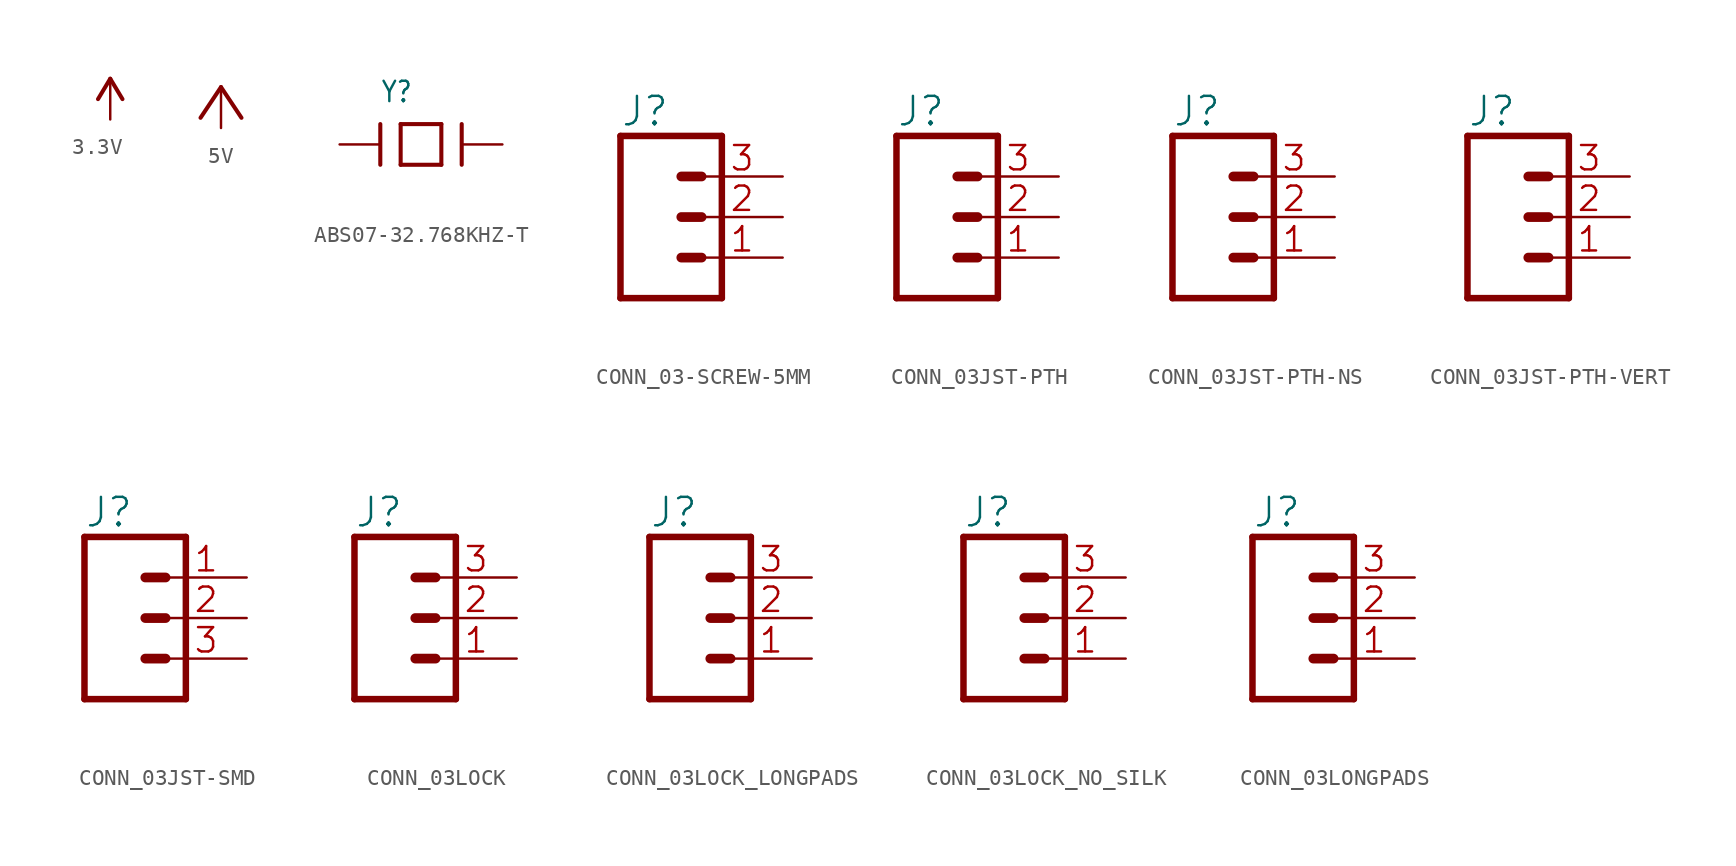
<source format=kicad_sym>
(kicad_symbol_lib
  (version 20241209)
  (generator "kicad_symbol_editor")
  (generator_version "9.0")
  (symbol "3.3V"
    (power)
    (property "Reference" "#3.3V"
      (at 0 0 0)
      (effects (font (size 1.27 1.27)) (hide yes)))
    (property "Value" ""
      (at -2.54 0 0)
      (effects (font (size 1.778 1.511)) (justify left bottom)))
    (property "ki_locked" ""
      (at 0 0 0)
      (effects (font (size 1.27 1.27))))
    (symbol "3.3V_1_0"
      (polyline (pts (xy 0 0) (xy -0.762 -1.27)) (stroke (width 0.254) (type solid)) (fill (type none)))
      (polyline (pts (xy 0.762 -1.27) (xy 0 0)) (stroke (width 0.254) (type solid)) (fill (type none)))
      (pin power_in line (at 0 -2.54 90) (length 2.54) (name "3.3V" (effects (font (size 0 0)))) (number "1" (effects (font (size 0 0)))))))
  (symbol "5V"
    (power)
    (property "Reference" "#3V-"
      (at 0 0 0)
      (effects (font (size 1.27 1.27)) (hide yes)))
    (property "Value" ""
      (at -0.635 0.635 0)
      (effects (font (size 1.27 1.079)) (justify left bottom)))
    (property "ki_locked" ""
      (at 0 0 0)
      (effects (font (size 1.27 1.27))))
    (symbol "5V_1_0"
      (polyline (pts (xy 0 0) (xy -1.27 -1.905)) (stroke (width 0.254) (type solid)) (fill (type none)))
      (polyline (pts (xy 1.27 -1.905) (xy 0 0)) (stroke (width 0.254) (type solid)) (fill (type none)))
      (pin power_in line (at 0 -2.54 90) (length 2.54) (name "5V" (effects (font (size 0 0)))) (number "1" (effects (font (size 0 0)))))))
  (symbol "ABS07-32.768KHZ-T"
    (property "Reference" "Y"
      (at -2.54 2.54 0)
      (effects (font (size 1.27 1.079)) (justify left bottom)))
    (property "Value" ""
      (at -2.54 -3.81 0)
      (effects (font (size 1.27 1.079)) (justify left bottom)))
    (property "ki_locked" ""
      (at 0 0 0)
      (effects (font (size 1.27 1.27))))
    (symbol "ABS07-32.768KHZ-T_1_0"
      (polyline (pts (xy -2.54 1.27) (xy -2.54 -1.27)) (stroke (width 0.254) (type solid)) (fill (type none)))
      (polyline (pts (xy -1.27 1.27) (xy -1.27 -1.27)) (stroke (width 0.254) (type solid)) (fill (type none)))
      (polyline (pts (xy -1.27 -1.27) (xy 1.27 -1.27)) (stroke (width 0.254) (type solid)) (fill (type none)))
      (polyline (pts (xy 1.27 1.27) (xy -1.27 1.27)) (stroke (width 0.254) (type solid)) (fill (type none)))
      (polyline (pts (xy 1.27 -1.27) (xy 1.27 1.27)) (stroke (width 0.254) (type solid)) (fill (type none)))
      (polyline (pts (xy 2.54 1.27) (xy 2.54 -1.27)) (stroke (width 0.254) (type solid)) (fill (type none)))
      (pin passive line (at -5.08 0 0) (length 2.54) (name "P$1" (effects (font (size 0 0)))) (number "P$1" (effects (font (size 0 0)))))
      (pin passive line (at 5.08 0 180) (length 2.54) (name "P$2" (effects (font (size 0 0)))) (number "P$2" (effects (font (size 0 0)))))))
  (symbol "CONN_03-SCREW-5MM"
    (property "Reference" "J"
      (at -2.54 5.588 0)
      (effects (font (size 1.778 1.778)) (justify left bottom)))
    (property "Value" ""
      (at -2.54 -7.366 0)
      (effects (font (size 1.778 1.778)) (justify left bottom)))
    (property "ki_locked" ""
      (at 0 0 0)
      (effects (font (size 1.27 1.27))))
    (symbol "CONN_03-SCREW-5MM_1_0"
      (polyline (pts (xy -2.54 5.08) (xy -2.54 -5.08)) (stroke (width 0.406) (type solid)) (fill (type none)))
      (polyline (pts (xy -2.54 5.08) (xy 3.81 5.08)) (stroke (width 0.406) (type solid)) (fill (type none)))
      (polyline (pts (xy 1.27 2.54) (xy 2.54 2.54)) (stroke (width 0.61) (type solid)) (fill (type none)))
      (polyline (pts (xy 1.27 0) (xy 2.54 0)) (stroke (width 0.61) (type solid)) (fill (type none)))
      (polyline (pts (xy 1.27 -2.54) (xy 2.54 -2.54)) (stroke (width 0.61) (type solid)) (fill (type none)))
      (polyline (pts (xy 3.81 -5.08) (xy -2.54 -5.08)) (stroke (width 0.406) (type solid)) (fill (type none)))
      (polyline (pts (xy 3.81 -5.08) (xy 3.81 5.08)) (stroke (width 0.406) (type solid)) (fill (type none)))
      (pin passive line (at 7.62 2.54 180) (length 5.08) (name "3" (effects (font (size 0 0)))) (number "3" (effects (font (size 1.524 1.524)))))
      (pin passive line (at 7.62 0 180) (length 5.08) (name "2" (effects (font (size 0 0)))) (number "2" (effects (font (size 1.524 1.524)))))
      (pin passive line (at 7.62 -2.54 180) (length 5.08) (name "1" (effects (font (size 0 0)))) (number "1" (effects (font (size 1.524 1.524)))))))
  (symbol "CONN_03JST-PTH"
    (property "Reference" "J"
      (at -2.54 5.588 0)
      (effects (font (size 1.778 1.778)) (justify left bottom)))
    (property "Value" ""
      (at -2.54 -7.366 0)
      (effects (font (size 1.778 1.778)) (justify left bottom)))
    (property "ki_locked" ""
      (at 0 0 0)
      (effects (font (size 1.27 1.27))))
    (symbol "CONN_03JST-PTH_1_0"
      (polyline (pts (xy -2.54 5.08) (xy -2.54 -5.08)) (stroke (width 0.406) (type solid)) (fill (type none)))
      (polyline (pts (xy -2.54 5.08) (xy 3.81 5.08)) (stroke (width 0.406) (type solid)) (fill (type none)))
      (polyline (pts (xy 1.27 2.54) (xy 2.54 2.54)) (stroke (width 0.61) (type solid)) (fill (type none)))
      (polyline (pts (xy 1.27 0) (xy 2.54 0)) (stroke (width 0.61) (type solid)) (fill (type none)))
      (polyline (pts (xy 1.27 -2.54) (xy 2.54 -2.54)) (stroke (width 0.61) (type solid)) (fill (type none)))
      (polyline (pts (xy 3.81 -5.08) (xy -2.54 -5.08)) (stroke (width 0.406) (type solid)) (fill (type none)))
      (polyline (pts (xy 3.81 -5.08) (xy 3.81 5.08)) (stroke (width 0.406) (type solid)) (fill (type none)))
      (pin passive line (at 7.62 2.54 180) (length 5.08) (name "3" (effects (font (size 0 0)))) (number "3" (effects (font (size 1.524 1.524)))))
      (pin passive line (at 7.62 0 180) (length 5.08) (name "2" (effects (font (size 0 0)))) (number "2" (effects (font (size 1.524 1.524)))))
      (pin passive line (at 7.62 -2.54 180) (length 5.08) (name "1" (effects (font (size 0 0)))) (number "1" (effects (font (size 1.524 1.524)))))))
  (symbol "CONN_03JST-PTH-NS"
    (property "Reference" "J"
      (at -2.54 5.588 0)
      (effects (font (size 1.778 1.778)) (justify left bottom)))
    (property "Value" ""
      (at -2.54 -7.366 0)
      (effects (font (size 1.778 1.778)) (justify left bottom)))
    (property "ki_locked" ""
      (at 0 0 0)
      (effects (font (size 1.27 1.27))))
    (symbol "CONN_03JST-PTH-NS_1_0"
      (polyline (pts (xy -2.54 5.08) (xy -2.54 -5.08)) (stroke (width 0.406) (type solid)) (fill (type none)))
      (polyline (pts (xy -2.54 5.08) (xy 3.81 5.08)) (stroke (width 0.406) (type solid)) (fill (type none)))
      (polyline (pts (xy 1.27 2.54) (xy 2.54 2.54)) (stroke (width 0.61) (type solid)) (fill (type none)))
      (polyline (pts (xy 1.27 0) (xy 2.54 0)) (stroke (width 0.61) (type solid)) (fill (type none)))
      (polyline (pts (xy 1.27 -2.54) (xy 2.54 -2.54)) (stroke (width 0.61) (type solid)) (fill (type none)))
      (polyline (pts (xy 3.81 -5.08) (xy -2.54 -5.08)) (stroke (width 0.406) (type solid)) (fill (type none)))
      (polyline (pts (xy 3.81 -5.08) (xy 3.81 5.08)) (stroke (width 0.406) (type solid)) (fill (type none)))
      (pin passive line (at 7.62 2.54 180) (length 5.08) (name "3" (effects (font (size 0 0)))) (number "3" (effects (font (size 1.524 1.524)))))
      (pin passive line (at 7.62 0 180) (length 5.08) (name "2" (effects (font (size 0 0)))) (number "2" (effects (font (size 1.524 1.524)))))
      (pin passive line (at 7.62 -2.54 180) (length 5.08) (name "1" (effects (font (size 0 0)))) (number "1" (effects (font (size 1.524 1.524)))))))
  (symbol "CONN_03JST-PTH-VERT"
    (property "Reference" "J"
      (at -2.54 5.588 0)
      (effects (font (size 1.778 1.778)) (justify left bottom)))
    (property "Value" ""
      (at -2.54 -7.366 0)
      (effects (font (size 1.778 1.778)) (justify left bottom)))
    (property "ki_locked" ""
      (at 0 0 0)
      (effects (font (size 1.27 1.27))))
    (symbol "CONN_03JST-PTH-VERT_1_0"
      (polyline (pts (xy -2.54 5.08) (xy -2.54 -5.08)) (stroke (width 0.406) (type solid)) (fill (type none)))
      (polyline (pts (xy -2.54 5.08) (xy 3.81 5.08)) (stroke (width 0.406) (type solid)) (fill (type none)))
      (polyline (pts (xy 1.27 2.54) (xy 2.54 2.54)) (stroke (width 0.61) (type solid)) (fill (type none)))
      (polyline (pts (xy 1.27 0) (xy 2.54 0)) (stroke (width 0.61) (type solid)) (fill (type none)))
      (polyline (pts (xy 1.27 -2.54) (xy 2.54 -2.54)) (stroke (width 0.61) (type solid)) (fill (type none)))
      (polyline (pts (xy 3.81 -5.08) (xy -2.54 -5.08)) (stroke (width 0.406) (type solid)) (fill (type none)))
      (polyline (pts (xy 3.81 -5.08) (xy 3.81 5.08)) (stroke (width 0.406) (type solid)) (fill (type none)))
      (pin passive line (at 7.62 2.54 180) (length 5.08) (name "3" (effects (font (size 0 0)))) (number "3" (effects (font (size 1.524 1.524)))))
      (pin passive line (at 7.62 0 180) (length 5.08) (name "2" (effects (font (size 0 0)))) (number "2" (effects (font (size 1.524 1.524)))))
      (pin passive line (at 7.62 -2.54 180) (length 5.08) (name "1" (effects (font (size 0 0)))) (number "1" (effects (font (size 1.524 1.524)))))))
  (symbol "CONN_03JST-SMD"
    (property "Reference" "J"
      (at -2.54 5.588 0)
      (effects (font (size 1.778 1.778)) (justify left bottom)))
    (property "Value" ""
      (at -2.54 -7.366 0)
      (effects (font (size 1.778 1.778)) (justify left bottom)))
    (property "ki_locked" ""
      (at 0 0 0)
      (effects (font (size 1.27 1.27))))
    (symbol "CONN_03JST-SMD_1_0"
      (polyline (pts (xy -2.54 5.08) (xy -2.54 -5.08)) (stroke (width 0.406) (type solid)) (fill (type none)))
      (polyline (pts (xy -2.54 5.08) (xy 3.81 5.08)) (stroke (width 0.406) (type solid)) (fill (type none)))
      (polyline (pts (xy 1.27 2.54) (xy 2.54 2.54)) (stroke (width 0.61) (type solid)) (fill (type none)))
      (polyline (pts (xy 1.27 0) (xy 2.54 0)) (stroke (width 0.61) (type solid)) (fill (type none)))
      (polyline (pts (xy 1.27 -2.54) (xy 2.54 -2.54)) (stroke (width 0.61) (type solid)) (fill (type none)))
      (polyline (pts (xy 3.81 -5.08) (xy -2.54 -5.08)) (stroke (width 0.406) (type solid)) (fill (type none)))
      (polyline (pts (xy 3.81 -5.08) (xy 3.81 5.08)) (stroke (width 0.406) (type solid)) (fill (type none)))
      (pin passive line (at 7.62 2.54 180) (length 5.08) (name "3" (effects (font (size 0 0)))) (number "1" (effects (font (size 1.524 1.524)))))
      (pin passive line (at 7.62 0 180) (length 5.08) (name "2" (effects (font (size 0 0)))) (number "2" (effects (font (size 1.524 1.524)))))
      (pin passive line (at 7.62 -2.54 180) (length 5.08) (name "1" (effects (font (size 0 0)))) (number "3" (effects (font (size 1.524 1.524)))))))
  (symbol "CONN_03LOCK"
    (property "Reference" "J"
      (at -2.54 5.588 0)
      (effects (font (size 1.778 1.778)) (justify left bottom)))
    (property "Value" ""
      (at -2.54 -7.366 0)
      (effects (font (size 1.778 1.778)) (justify left bottom)))
    (property "ki_locked" ""
      (at 0 0 0)
      (effects (font (size 1.27 1.27))))
    (symbol "CONN_03LOCK_1_0"
      (polyline (pts (xy -2.54 5.08) (xy -2.54 -5.08)) (stroke (width 0.406) (type solid)) (fill (type none)))
      (polyline (pts (xy -2.54 5.08) (xy 3.81 5.08)) (stroke (width 0.406) (type solid)) (fill (type none)))
      (polyline (pts (xy 1.27 2.54) (xy 2.54 2.54)) (stroke (width 0.61) (type solid)) (fill (type none)))
      (polyline (pts (xy 1.27 0) (xy 2.54 0)) (stroke (width 0.61) (type solid)) (fill (type none)))
      (polyline (pts (xy 1.27 -2.54) (xy 2.54 -2.54)) (stroke (width 0.61) (type solid)) (fill (type none)))
      (polyline (pts (xy 3.81 -5.08) (xy -2.54 -5.08)) (stroke (width 0.406) (type solid)) (fill (type none)))
      (polyline (pts (xy 3.81 -5.08) (xy 3.81 5.08)) (stroke (width 0.406) (type solid)) (fill (type none)))
      (pin passive line (at 7.62 2.54 180) (length 5.08) (name "3" (effects (font (size 0 0)))) (number "3" (effects (font (size 1.524 1.524)))))
      (pin passive line (at 7.62 0 180) (length 5.08) (name "2" (effects (font (size 0 0)))) (number "2" (effects (font (size 1.524 1.524)))))
      (pin passive line (at 7.62 -2.54 180) (length 5.08) (name "1" (effects (font (size 0 0)))) (number "1" (effects (font (size 1.524 1.524)))))))
  (symbol "CONN_03LOCK_LONGPADS"
    (property "Reference" "J"
      (at -2.54 5.588 0)
      (effects (font (size 1.778 1.778)) (justify left bottom)))
    (property "Value" ""
      (at -2.54 -7.366 0)
      (effects (font (size 1.778 1.778)) (justify left bottom)))
    (property "ki_locked" ""
      (at 0 0 0)
      (effects (font (size 1.27 1.27))))
    (symbol "CONN_03LOCK_LONGPADS_1_0"
      (polyline (pts (xy -2.54 5.08) (xy -2.54 -5.08)) (stroke (width 0.406) (type solid)) (fill (type none)))
      (polyline (pts (xy -2.54 5.08) (xy 3.81 5.08)) (stroke (width 0.406) (type solid)) (fill (type none)))
      (polyline (pts (xy 1.27 2.54) (xy 2.54 2.54)) (stroke (width 0.61) (type solid)) (fill (type none)))
      (polyline (pts (xy 1.27 0) (xy 2.54 0)) (stroke (width 0.61) (type solid)) (fill (type none)))
      (polyline (pts (xy 1.27 -2.54) (xy 2.54 -2.54)) (stroke (width 0.61) (type solid)) (fill (type none)))
      (polyline (pts (xy 3.81 -5.08) (xy -2.54 -5.08)) (stroke (width 0.406) (type solid)) (fill (type none)))
      (polyline (pts (xy 3.81 -5.08) (xy 3.81 5.08)) (stroke (width 0.406) (type solid)) (fill (type none)))
      (pin passive line (at 7.62 2.54 180) (length 5.08) (name "3" (effects (font (size 0 0)))) (number "3" (effects (font (size 1.524 1.524)))))
      (pin passive line (at 7.62 0 180) (length 5.08) (name "2" (effects (font (size 0 0)))) (number "2" (effects (font (size 1.524 1.524)))))
      (pin passive line (at 7.62 -2.54 180) (length 5.08) (name "1" (effects (font (size 0 0)))) (number "1" (effects (font (size 1.524 1.524)))))))
  (symbol "CONN_03LOCK_NO_SILK"
    (property "Reference" "J"
      (at -2.54 5.588 0)
      (effects (font (size 1.778 1.778)) (justify left bottom)))
    (property "Value" ""
      (at -2.54 -7.366 0)
      (effects (font (size 1.778 1.778)) (justify left bottom)))
    (property "ki_locked" ""
      (at 0 0 0)
      (effects (font (size 1.27 1.27))))
    (symbol "CONN_03LOCK_NO_SILK_1_0"
      (polyline (pts (xy -2.54 5.08) (xy -2.54 -5.08)) (stroke (width 0.406) (type solid)) (fill (type none)))
      (polyline (pts (xy -2.54 5.08) (xy 3.81 5.08)) (stroke (width 0.406) (type solid)) (fill (type none)))
      (polyline (pts (xy 1.27 2.54) (xy 2.54 2.54)) (stroke (width 0.61) (type solid)) (fill (type none)))
      (polyline (pts (xy 1.27 0) (xy 2.54 0)) (stroke (width 0.61) (type solid)) (fill (type none)))
      (polyline (pts (xy 1.27 -2.54) (xy 2.54 -2.54)) (stroke (width 0.61) (type solid)) (fill (type none)))
      (polyline (pts (xy 3.81 -5.08) (xy -2.54 -5.08)) (stroke (width 0.406) (type solid)) (fill (type none)))
      (polyline (pts (xy 3.81 -5.08) (xy 3.81 5.08)) (stroke (width 0.406) (type solid)) (fill (type none)))
      (pin passive line (at 7.62 2.54 180) (length 5.08) (name "3" (effects (font (size 0 0)))) (number "3" (effects (font (size 1.524 1.524)))))
      (pin passive line (at 7.62 0 180) (length 5.08) (name "2" (effects (font (size 0 0)))) (number "2" (effects (font (size 1.524 1.524)))))
      (pin passive line (at 7.62 -2.54 180) (length 5.08) (name "1" (effects (font (size 0 0)))) (number "1" (effects (font (size 1.524 1.524)))))))
  (symbol "CONN_03LONGPADS"
    (property "Reference" "J"
      (at -2.54 5.588 0)
      (effects (font (size 1.778 1.778)) (justify left bottom)))
    (property "Value" ""
      (at -2.54 -7.366 0)
      (effects (font (size 1.778 1.778)) (justify left bottom)))
    (property "ki_locked" ""
      (at 0 0 0)
      (effects (font (size 1.27 1.27))))
    (symbol "CONN_03LONGPADS_1_0"
      (polyline (pts (xy -2.54 5.08) (xy -2.54 -5.08)) (stroke (width 0.406) (type solid)) (fill (type none)))
      (polyline (pts (xy -2.54 5.08) (xy 3.81 5.08)) (stroke (width 0.406) (type solid)) (fill (type none)))
      (polyline (pts (xy 1.27 2.54) (xy 2.54 2.54)) (stroke (width 0.61) (type solid)) (fill (type none)))
      (polyline (pts (xy 1.27 0) (xy 2.54 0)) (stroke (width 0.61) (type solid)) (fill (type none)))
      (polyline (pts (xy 1.27 -2.54) (xy 2.54 -2.54)) (stroke (width 0.61) (type solid)) (fill (type none)))
      (polyline (pts (xy 3.81 -5.08) (xy -2.54 -5.08)) (stroke (width 0.406) (type solid)) (fill (type none)))
      (polyline (pts (xy 3.81 -5.08) (xy 3.81 5.08)) (stroke (width 0.406) (type solid)) (fill (type none)))
      (pin passive line (at 7.62 2.54 180) (length 5.08) (name "3" (effects (font (size 0 0)))) (number "3" (effects (font (size 1.524 1.524)))))
      (pin passive line (at 7.62 0 180) (length 5.08) (name "2" (effects (font (size 0 0)))) (number "2" (effects (font (size 1.524 1.524)))))
      (pin passive line (at 7.62 -2.54 180) (length 5.08) (name "1" (effects (font (size 0 0)))) (number "1" (effects (font (size 1.524 1.524))))))))
</source>
